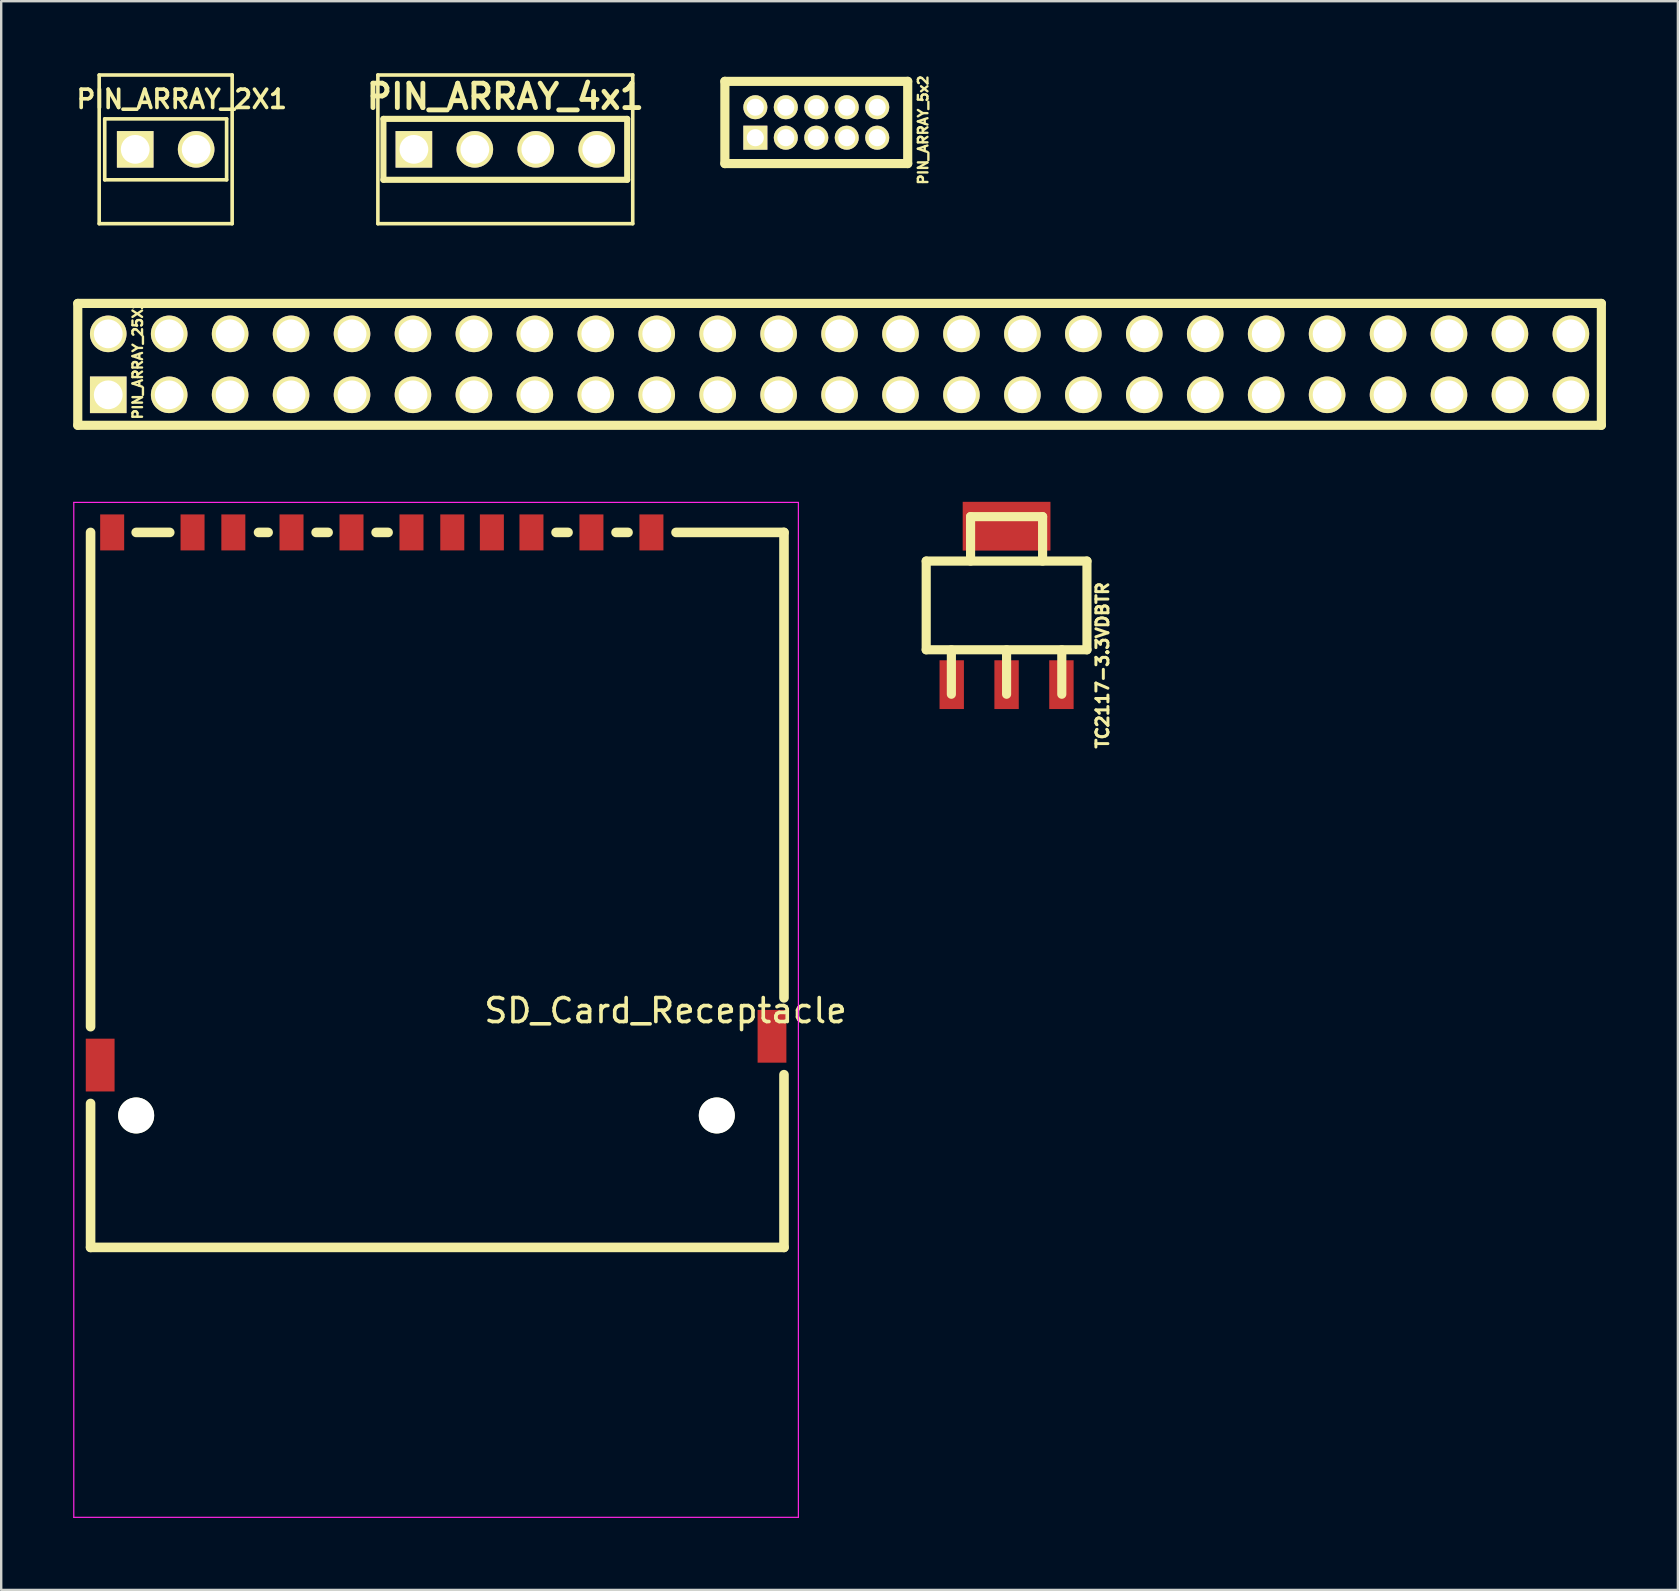
<source format=kicad_pcb>
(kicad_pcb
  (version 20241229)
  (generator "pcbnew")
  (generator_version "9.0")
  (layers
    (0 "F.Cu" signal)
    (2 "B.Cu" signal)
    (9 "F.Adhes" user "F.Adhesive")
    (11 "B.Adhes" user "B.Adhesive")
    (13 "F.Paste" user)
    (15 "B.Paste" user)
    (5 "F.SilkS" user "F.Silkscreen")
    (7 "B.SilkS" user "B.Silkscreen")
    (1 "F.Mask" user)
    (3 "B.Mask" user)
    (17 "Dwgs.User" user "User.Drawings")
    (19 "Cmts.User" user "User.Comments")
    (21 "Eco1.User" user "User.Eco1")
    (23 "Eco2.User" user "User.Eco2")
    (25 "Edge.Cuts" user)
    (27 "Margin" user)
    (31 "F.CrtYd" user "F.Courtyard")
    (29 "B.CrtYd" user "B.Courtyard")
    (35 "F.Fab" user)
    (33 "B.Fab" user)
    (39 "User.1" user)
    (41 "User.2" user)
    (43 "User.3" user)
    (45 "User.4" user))
  (footprint "SD_Card_Receptacle"
    (layer "F.Cu")
    (at 14.725 19.14)
    (property "Reference" "SD_Card_Receptacle" (at 9.964 19.931 0) (layer "F.SilkS") (effects (font (size 1 1) (thickness 0.15))))
    (attr through_hole)
    (fp_line (start -14 20.6) (end -14 0) (stroke (width 0.4) (type solid)) (layer "F.SilkS"))
    (fp_line (start -14 29.8) (end -14 23.8) (stroke (width 0.4) (type solid)) (layer "F.SilkS"))
    (fp_line (start -12.1 0) (end -10.7 0) (stroke (width 0.4) (type solid)) (layer "F.SilkS"))
    (fp_line (start -7 0) (end -6.6 0) (stroke (width 0.4) (type solid)) (layer "F.SilkS"))
    (fp_line (start -4.6 0) (end -4.1 0) (stroke (width 0.4) (type solid)) (layer "F.SilkS"))
    (fp_line (start -2.1 0) (end -1.6 0) (stroke (width 0.4) (type solid)) (layer "F.SilkS"))
    (fp_line (start 5.4 0) (end 5.9 0) (stroke (width 0.4) (type solid)) (layer "F.SilkS"))
    (fp_line (start 7.9 0) (end 8.4 0) (stroke (width 0.4) (type solid)) (layer "F.SilkS"))
    (fp_line (start 14.9 0) (end 10.4 0) (stroke (width 0.4) (type solid)) (layer "F.SilkS"))
    (fp_line (start 14.9 19.4) (end 14.9 0) (stroke (width 0.4) (type solid)) (layer "F.SilkS"))
    (fp_line (start 14.9 29.8) (end -14 29.8) (stroke (width 0.4) (type solid)) (layer "F.SilkS"))
    (fp_line (start 14.9 29.8) (end 14.9 22.6) (stroke (width 0.4) (type solid)) (layer "F.SilkS"))
    (fp_line (start -14.7 -1.25) (end -14.7 41.05) (stroke (width 0.05) (type solid)) (layer "F.CrtYd"))
    (fp_line (start -14.7 41.05) (end 15.5 41.05) (stroke (width 0.05) (type solid)) (layer "F.CrtYd"))
    (fp_line (start 15.5 -1.25) (end -14.7 -1.25) (stroke (width 0.05) (type solid)) (layer "F.CrtYd"))
    (fp_line (start 15.5 41.05) (end 15.5 -1.25) (stroke (width 0.05) (type solid)) (layer "F.CrtYd"))
    (pad "" np_thru_hole circle (at -12.1 24.3) (size 1.5 1.5) (drill 1.5) (layers "*.Cu" "*.Mask" "F.SilkS"))
    (pad "" np_thru_hole circle (at 12.1 24.3) (size 1.5 1.5) (drill 1.5) (layers "*.Cu" "*.Mask" "F.SilkS"))
    (pad "1" smd rect (at 6.875 0) (size 1 1.5) (layers "F.Cu" "F.Mask" "F.Paste"))
    (pad "2" smd rect (at 4.375 0) (size 1 1.5) (layers "F.Cu" "F.Mask" "F.Paste"))
    (pad "3" smd rect (at 1.075 0) (size 1 1.5) (layers "F.Cu" "F.Mask" "F.Paste"))
    (pad "4" smd rect (at -0.625 0) (size 1 1.5) (layers "F.Cu" "F.Mask" "F.Paste"))
    (pad "5" smd rect (at -3.125 0) (size 1 1.5) (layers "F.Cu" "F.Mask" "F.Paste"))
    (pad "6" smd rect (at -5.625 0) (size 1 1.5) (layers "F.Cu" "F.Mask" "F.Paste"))
    (pad "7" smd rect (at -8.05 0) (size 1 1.5) (layers "F.Cu" "F.Mask" "F.Paste"))
    (pad "8" smd rect (at -9.75 0) (size 1 1.5) (layers "F.Cu" "F.Mask" "F.Paste"))
    (pad "9" smd rect (at 9.375 0) (size 1 1.5) (layers "F.Cu" "F.Mask" "F.Paste"))
    (pad "10" smd rect (at 2.725 0) (size 1 1.5) (layers "F.Cu" "F.Mask" "F.Paste"))
    (pad "11" smd rect (at -13.1 0) (size 1 1.5) (layers "F.Cu" "F.Mask" "F.Paste"))
    (pad "12" smd rect (at 14.4 21) (size 1.2 2.2) (layers "F.Cu" "F.Mask" "F.Paste"))
    (pad "13" smd rect (at -13.6 22.2) (size 1.2 2.2) (layers "F.Cu" "F.Mask" "F.Paste")))
  (footprint "PIN_ARRAY_5x2"
    (layer "F.Cu")
    (at 30.971 2.054)
    (property "Reference" "PIN_ARRAY_5x2" (at 4.453 0.315 90) (layer "F.SilkS") (effects (font (size 0.399 0.399) (thickness 0.099))))
    (attr through_hole)
    (fp_line (start -3.81 -1.714) (end 3.81 -1.714) (stroke (width 0.381) (type solid)) (layer "F.SilkS"))
    (fp_line (start -3.81 1.714) (end -3.81 -1.714) (stroke (width 0.381) (type solid)) (layer "F.SilkS"))
    (fp_line (start 3.81 -1.714) (end 3.81 1.714) (stroke (width 0.381) (type solid)) (layer "F.SilkS"))
    (fp_line (start 3.81 1.714) (end -3.81 1.714) (stroke (width 0.381) (type solid)) (layer "F.SilkS"))
    (pad "1" thru_hole rect (at -2.54 0.635) (size 1.001 1.001) (drill 0.711) (layers "*.Cu" "*.Mask" "F.SilkS"))
    (pad "2" thru_hole circle (at -2.54 -0.635) (size 1.001 1.001) (drill 0.711) (layers "*.Cu" "*.Mask" "F.SilkS"))
    (pad "3" thru_hole circle (at -1.27 0.635) (size 1.001 1.001) (drill 0.711) (layers "*.Cu" "*.Mask" "F.SilkS"))
    (pad "4" thru_hole circle (at -1.27 -0.635) (size 1.001 1.001) (drill 0.711) (layers "*.Cu" "*.Mask" "F.SilkS"))
    (pad "5" thru_hole circle (at 0 0.635) (size 1.001 1.001) (drill 0.711) (layers "*.Cu" "*.Mask" "F.SilkS"))
    (pad "6" thru_hole circle (at 0 -0.635) (size 1.001 1.001) (drill 0.711) (layers "*.Cu" "*.Mask" "F.SilkS"))
    (pad "7" thru_hole circle (at 1.27 0.635) (size 1.001 1.001) (drill 0.711) (layers "*.Cu" "*.Mask" "F.SilkS"))
    (pad "8" thru_hole circle (at 1.27 -0.635) (size 1.001 1.001) (drill 0.711) (layers "*.Cu" "*.Mask" "F.SilkS"))
    (pad "9" thru_hole circle (at 2.54 0.635) (size 1.001 1.001) (drill 0.711) (layers "*.Cu" "*.Mask" "F.SilkS"))
    (pad "10" thru_hole circle (at 2.54 -0.635) (size 1.001 1.001) (drill 0.711) (layers "*.Cu" "*.Mask" "F.SilkS")))
  (footprint "TC2117-3.3VDBTR"
    (layer "F.Cu")
    (at 38.902 22.183)
    (property "Reference" "TC2117-3.3VDBTR" (at 3.998 2.497 90) (layer "F.SilkS") (effects (font (size 0.5 0.5) (thickness 0.124))))
    (attr smd)
    (fp_line (start -3.35 -1.849) (end 3.35 -1.849) (stroke (width 0.381) (type solid)) (layer "F.SilkS"))
    (fp_line (start -3.35 1.849) (end -3.35 -1.849) (stroke (width 0.381) (type solid)) (layer "F.SilkS"))
    (fp_line (start -2.301 1.849) (end -2.301 3.701) (stroke (width 0.381) (type solid)) (layer "F.SilkS"))
    (fp_line (start -1.501 -3.701) (end 1.501 -3.701) (stroke (width 0.381) (type solid)) (layer "F.SilkS"))
    (fp_line (start -1.501 -1.849) (end -1.501 -3.701) (stroke (width 0.381) (type solid)) (layer "F.SilkS"))
    (fp_line (start 0 1.849) (end 0 3.701) (stroke (width 0.381) (type solid)) (layer "F.SilkS"))
    (fp_line (start 1.501 -3.701) (end 1.501 -1.849) (stroke (width 0.381) (type solid)) (layer "F.SilkS"))
    (fp_line (start 2.301 1.849) (end 2.301 3.701) (stroke (width 0.381) (type solid)) (layer "F.SilkS"))
    (fp_line (start 3.35 -1.849) (end 3.35 1.849) (stroke (width 0.381) (type solid)) (layer "F.SilkS"))
    (fp_line (start 3.35 1.849) (end -3.35 1.849) (stroke (width 0.381) (type solid)) (layer "F.SilkS"))
    (pad "1" smd rect (at -2.286 3.302) (size 1.016 2.032) (layers "F.Cu" "F.Mask" "F.Paste"))
    (pad "2" smd rect (at 0 3.302) (size 1.016 2.032) (layers "F.Cu" "F.Mask" "F.Paste"))
    (pad "3" smd rect (at 2.286 3.302) (size 1.016 2.032) (layers "F.Cu" "F.Mask" "F.Paste"))
    (pad "4" smd rect (at 0 -3.302) (size 3.658 2.032) (layers "F.Cu" "F.Mask" "F.Paste")))
  (footprint "PIN_ARRAY_25X2"
    (layer "F.Cu")
    (at 31.941 12.135)
    (property "Reference" "PIN_ARRAY_25X2" (at -29.251 -0.201 90) (layer "F.SilkS") (effects (font (size 0.399 0.399) (thickness 0.099))))
    (attr through_hole)
    (fp_line (start -31.75 -2.54) (end 31.75 -2.54) (stroke (width 0.381) (type solid)) (layer "F.SilkS"))
    (fp_line (start -31.75 2.54) (end -31.75 -2.54) (stroke (width 0.381) (type solid)) (layer "F.SilkS"))
    (fp_line (start 31.75 -2.54) (end 31.75 2.54) (stroke (width 0.381) (type solid)) (layer "F.SilkS"))
    (fp_line (start 31.75 2.54) (end -31.75 2.54) (stroke (width 0.381) (type solid)) (layer "F.SilkS"))
    (pad "1" thru_hole rect (at -30.48 1.27) (size 1.524 1.524) (drill 1.199) (layers "*.Cu" "*.Mask" "F.SilkS"))
    (pad "2" thru_hole circle (at -30.48 -1.27) (size 1.524 1.524) (drill 1.199) (layers "*.Cu" "*.Mask" "F.SilkS"))
    (pad "3" thru_hole circle (at -27.94 1.27) (size 1.524 1.524) (drill 1.199) (layers "*.Cu" "*.Mask" "F.SilkS"))
    (pad "4" thru_hole circle (at -27.94 -1.27) (size 1.524 1.524) (drill 1.199) (layers "*.Cu" "*.Mask" "F.SilkS"))
    (pad "5" thru_hole circle (at -25.4 1.27) (size 1.524 1.524) (drill 1.199) (layers "*.Cu" "*.Mask" "F.SilkS"))
    (pad "6" thru_hole circle (at -25.4 -1.27) (size 1.524 1.524) (drill 1.199) (layers "*.Cu" "*.Mask" "F.SilkS"))
    (pad "7" thru_hole circle (at -22.86 1.27) (size 1.524 1.524) (drill 1.199) (layers "*.Cu" "*.Mask" "F.SilkS"))
    (pad "8" thru_hole circle (at -22.86 -1.27) (size 1.524 1.524) (drill 1.199) (layers "*.Cu" "*.Mask" "F.SilkS"))
    (pad "9" thru_hole circle (at -20.32 1.27) (size 1.524 1.524) (drill 1.199) (layers "*.Cu" "*.Mask" "F.SilkS"))
    (pad "10" thru_hole circle (at -20.32 -1.27) (size 1.524 1.524) (drill 1.199) (layers "*.Cu" "*.Mask" "F.SilkS"))
    (pad "11" thru_hole circle (at -17.78 1.27) (size 1.524 1.524) (drill 1.199) (layers "*.Cu" "*.Mask" "F.SilkS"))
    (pad "12" thru_hole circle (at -17.78 -1.27) (size 1.524 1.524) (drill 1.199) (layers "*.Cu" "*.Mask" "F.SilkS"))
    (pad "13" thru_hole circle (at -15.24 1.27) (size 1.524 1.524) (drill 1.199) (layers "*.Cu" "*.Mask" "F.SilkS"))
    (pad "14" thru_hole circle (at -15.24 -1.27) (size 1.524 1.524) (drill 1.199) (layers "*.Cu" "*.Mask" "F.SilkS"))
    (pad "15" thru_hole circle (at -12.7 1.27) (size 1.524 1.524) (drill 1.199) (layers "*.Cu" "*.Mask" "F.SilkS"))
    (pad "16" thru_hole circle (at -12.7 -1.27) (size 1.524 1.524) (drill 1.199) (layers "*.Cu" "*.Mask" "F.SilkS"))
    (pad "17" thru_hole circle (at -10.16 1.27) (size 1.524 1.524) (drill 1.199) (layers "*.Cu" "*.Mask" "F.SilkS"))
    (pad "18" thru_hole circle (at -10.16 -1.27) (size 1.524 1.524) (drill 1.199) (layers "*.Cu" "*.Mask" "F.SilkS"))
    (pad "19" thru_hole circle (at -7.62 1.27) (size 1.524 1.524) (drill 1.199) (layers "*.Cu" "*.Mask" "F.SilkS"))
    (pad "20" thru_hole circle (at -7.62 -1.27) (size 1.524 1.524) (drill 1.199) (layers "*.Cu" "*.Mask" "F.SilkS"))
    (pad "21" thru_hole circle (at -5.08 1.27) (size 1.524 1.524) (drill 1.199) (layers "*.Cu" "*.Mask" "F.SilkS"))
    (pad "22" thru_hole circle (at -5.08 -1.27) (size 1.524 1.524) (drill 1.199) (layers "*.Cu" "*.Mask" "F.SilkS"))
    (pad "23" thru_hole circle (at -2.54 1.27) (size 1.524 1.524) (drill 1.199) (layers "*.Cu" "*.Mask" "F.SilkS"))
    (pad "24" thru_hole circle (at -2.54 -1.27) (size 1.524 1.524) (drill 1.199) (layers "*.Cu" "*.Mask" "F.SilkS"))
    (pad "25" thru_hole circle (at 0 1.27) (size 1.524 1.524) (drill 1.199) (layers "*.Cu" "*.Mask" "F.SilkS"))
    (pad "26" thru_hole circle (at 0 -1.27) (size 1.524 1.524) (drill 1.199) (layers "*.Cu" "*.Mask" "F.SilkS"))
    (pad "27" thru_hole circle (at 2.54 1.27) (size 1.524 1.524) (drill 1.199) (layers "*.Cu" "*.Mask" "F.SilkS"))
    (pad "28" thru_hole circle (at 2.54 -1.27) (size 1.524 1.524) (drill 1.199) (layers "*.Cu" "*.Mask" "F.SilkS"))
    (pad "29" thru_hole circle (at 5.08 1.27) (size 1.524 1.524) (drill 1.199) (layers "*.Cu" "*.Mask" "F.SilkS"))
    (pad "30" thru_hole circle (at 5.08 -1.27) (size 1.524 1.524) (drill 1.199) (layers "*.Cu" "*.Mask" "F.SilkS"))
    (pad "31" thru_hole circle (at 7.62 1.27) (size 1.524 1.524) (drill 1.199) (layers "*.Cu" "*.Mask" "F.SilkS"))
    (pad "32" thru_hole circle (at 7.62 -1.27) (size 1.524 1.524) (drill 1.199) (layers "*.Cu" "*.Mask" "F.SilkS"))
    (pad "33" thru_hole circle (at 10.16 1.27) (size 1.524 1.524) (drill 1.199) (layers "*.Cu" "*.Mask" "F.SilkS"))
    (pad "34" thru_hole circle (at 10.16 -1.27) (size 1.524 1.524) (drill 1.199) (layers "*.Cu" "*.Mask" "F.SilkS"))
    (pad "35" thru_hole circle (at 12.7 1.27) (size 1.524 1.524) (drill 1.199) (layers "*.Cu" "*.Mask" "F.SilkS"))
    (pad "36" thru_hole circle (at 12.7 -1.27) (size 1.524 1.524) (drill 1.199) (layers "*.Cu" "*.Mask" "F.SilkS"))
    (pad "37" thru_hole circle (at 15.24 1.27) (size 1.524 1.524) (drill 1.199) (layers "*.Cu" "*.Mask" "F.SilkS"))
    (pad "38" thru_hole circle (at 15.24 -1.27) (size 1.524 1.524) (drill 1.199) (layers "*.Cu" "*.Mask" "F.SilkS"))
    (pad "39" thru_hole circle (at 17.78 1.27) (size 1.524 1.524) (drill 1.199) (layers "*.Cu" "*.Mask" "F.SilkS"))
    (pad "40" thru_hole circle (at 17.78 -1.27) (size 1.524 1.524) (drill 1.199) (layers "*.Cu" "*.Mask" "F.SilkS"))
    (pad "41" thru_hole circle (at 20.32 1.27) (size 1.524 1.524) (drill 1.199) (layers "*.Cu" "*.Mask" "F.SilkS"))
    (pad "42" thru_hole circle (at 20.32 -1.27) (size 1.524 1.524) (drill 1.199) (layers "*.Cu" "*.Mask" "F.SilkS"))
    (pad "43" thru_hole circle (at 22.86 1.27) (size 1.524 1.524) (drill 1.199) (layers "*.Cu" "*.Mask" "F.SilkS"))
    (pad "44" thru_hole circle (at 22.86 -1.27) (size 1.524 1.524) (drill 1.199) (layers "*.Cu" "*.Mask" "F.SilkS"))
    (pad "45" thru_hole circle (at 25.4 1.27) (size 1.524 1.524) (drill 1.199) (layers "*.Cu" "*.Mask" "F.SilkS"))
    (pad "46" thru_hole circle (at 25.4 -1.27) (size 1.524 1.524) (drill 1.199) (layers "*.Cu" "*.Mask" "F.SilkS"))
    (pad "47" thru_hole circle (at 27.94 1.27) (size 1.524 1.524) (drill 1.199) (layers "*.Cu" "*.Mask" "F.SilkS"))
    (pad "48" thru_hole circle (at 27.94 -1.27) (size 1.524 1.524) (drill 1.199) (layers "*.Cu" "*.Mask" "F.SilkS"))
    (pad "49" thru_hole circle (at 30.48 1.27) (size 1.524 1.524) (drill 1.199) (layers "*.Cu" "*.Mask" "F.SilkS"))
    (pad "50" thru_hole circle (at 30.48 -1.27) (size 1.524 1.524) (drill 1.199) (layers "*.Cu" "*.Mask" "F.SilkS")))
  (footprint "PIN_ARRAY_4x1"
    (layer "F.Cu")
    (at 18.01 3.174)
    (property "Reference" "PIN_ARRAY_4x1" (at 0 -2.2 0) (layer "F.SilkS") (effects (font (size 1.016 1.016) (thickness 0.203))))
    (attr through_hole)
    (fp_line (start -5.311 -3.099) (end 5.311 -3.099) (stroke (width 0.15) (type solid)) (layer "F.SilkS"))
    (fp_line (start -5.311 3.099) (end -5.311 -3.099) (stroke (width 0.15) (type solid)) (layer "F.SilkS"))
    (fp_line (start -5.08 -1.27) (end -5.08 1.27) (stroke (width 0.254) (type solid)) (layer "F.SilkS"))
    (fp_line (start 5.08 -1.27) (end -5.08 -1.27) (stroke (width 0.254) (type solid)) (layer "F.SilkS"))
    (fp_line (start 5.08 1.27) (end -5.08 1.27) (stroke (width 0.254) (type solid)) (layer "F.SilkS"))
    (fp_line (start 5.08 1.27) (end 5.08 -1.27) (stroke (width 0.254) (type solid)) (layer "F.SilkS"))
    (fp_line (start 5.311 -3.099) (end 5.311 3.099) (stroke (width 0.15) (type solid)) (layer "F.SilkS"))
    (fp_line (start 5.311 3.099) (end -5.311 3.099) (stroke (width 0.15) (type solid)) (layer "F.SilkS"))
    (pad "1" thru_hole rect (at -3.81 0) (size 1.524 1.524) (drill 1.199) (layers "*.Cu" "*.Mask" "F.SilkS"))
    (pad "2" thru_hole circle (at -1.27 0) (size 1.524 1.524) (drill 1.199) (layers "*.Cu" "*.Mask" "F.SilkS"))
    (pad "3" thru_hole circle (at 1.27 0) (size 1.524 1.524) (drill 1.199) (layers "*.Cu" "*.Mask" "F.SilkS"))
    (pad "4" thru_hole circle (at 3.81 0) (size 1.524 1.524) (drill 1.199) (layers "*.Cu" "*.Mask" "F.SilkS")))
  (footprint "PIN_ARRAY_2X1"
    (layer "F.Cu")
    (at 3.855 3.174)
    (property "Reference" "PIN_ARRAY_2X1" (at 0.67 -2.09 0) (layer "F.SilkS") (effects (font (size 0.762 0.762) (thickness 0.152))))
    (attr through_hole)
    (fp_line (start -2.771 -3.099) (end 2.771 -3.099) (stroke (width 0.15) (type solid)) (layer "F.SilkS"))
    (fp_line (start -2.771 3.099) (end -2.771 -3.099) (stroke (width 0.15) (type solid)) (layer "F.SilkS"))
    (fp_line (start -2.54 -1.27) (end 2.54 -1.27) (stroke (width 0.152) (type solid)) (layer "F.SilkS"))
    (fp_line (start -2.54 1.27) (end -2.54 -1.27) (stroke (width 0.152) (type solid)) (layer "F.SilkS"))
    (fp_line (start 2.54 -1.27) (end 2.54 1.27) (stroke (width 0.152) (type solid)) (layer "F.SilkS"))
    (fp_line (start 2.54 1.27) (end -2.54 1.27) (stroke (width 0.152) (type solid)) (layer "F.SilkS"))
    (fp_line (start 2.771 -3.099) (end 2.771 3.099) (stroke (width 0.15) (type solid)) (layer "F.SilkS"))
    (fp_line (start 2.771 3.099) (end -2.771 3.099) (stroke (width 0.15) (type solid)) (layer "F.SilkS"))
    (pad "1" thru_hole rect (at -1.27 0) (size 1.524 1.524) (drill 1.199) (layers "*.Cu" "*.Mask" "F.SilkS"))
    (pad "2" thru_hole circle (at 1.27 0) (size 1.524 1.524) (drill 1.199) (layers "*.Cu" "*.Mask" "F.SilkS")))
  (gr_rect
    (start -3 -3)
    (end 66.881 63.215)
    (stroke (width 0.1) (type default))
    (fill no)
    (layer "Edge.Cuts")))
</source>
